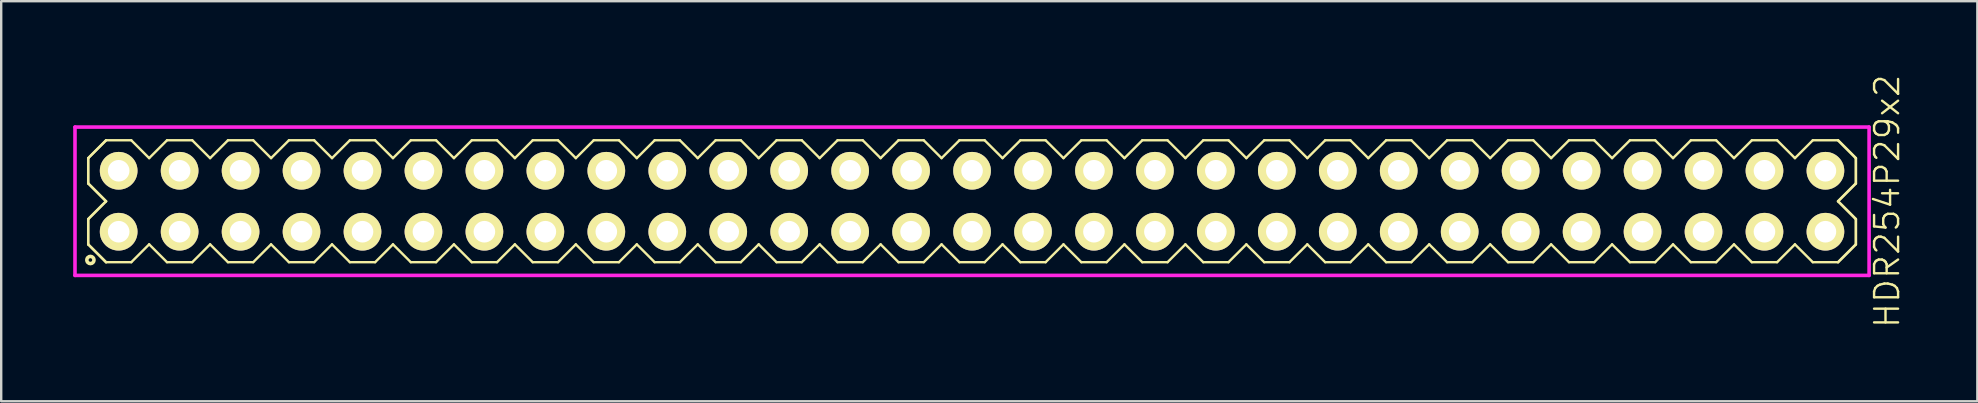
<source format=kicad_pcb>
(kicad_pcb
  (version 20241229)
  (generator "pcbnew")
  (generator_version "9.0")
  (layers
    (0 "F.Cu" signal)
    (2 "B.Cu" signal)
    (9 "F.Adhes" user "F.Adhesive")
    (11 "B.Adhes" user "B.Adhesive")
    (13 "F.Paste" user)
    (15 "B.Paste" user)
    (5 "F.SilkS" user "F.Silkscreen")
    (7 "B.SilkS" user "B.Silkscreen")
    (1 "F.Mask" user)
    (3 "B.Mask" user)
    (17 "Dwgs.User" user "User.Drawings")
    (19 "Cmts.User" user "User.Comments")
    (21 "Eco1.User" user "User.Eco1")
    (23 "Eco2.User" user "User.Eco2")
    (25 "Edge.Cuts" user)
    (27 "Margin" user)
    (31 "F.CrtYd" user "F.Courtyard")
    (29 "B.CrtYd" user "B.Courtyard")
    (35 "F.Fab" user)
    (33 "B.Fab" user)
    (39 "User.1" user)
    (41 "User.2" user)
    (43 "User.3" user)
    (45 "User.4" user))
  (footprint "HDR254P29x2"
    (layer "F.Cu")
    (at 37.455 5.336)
    (property "Reference" "HDR254P29x2" (at 38.13 0 90) (layer "F.SilkS") (effects (font (size 1 1) (thickness 0.1))))
    (attr through_hole)
    (fp_line (start -36.83 -1.796) (end -36.086 -2.54) (stroke (width 0.1) (type solid)) (layer "F.SilkS"))
    (fp_line (start -36.83 -1.796) (end -36.086 -2.54) (stroke (width 0.1) (type solid)) (layer "F.SilkS"))
    (fp_line (start -36.83 -0.744) (end -36.83 -1.796) (stroke (width 0.1) (type solid)) (layer "F.SilkS"))
    (fp_line (start -36.83 -0.744) (end -36.83 -1.796) (stroke (width 0.1) (type solid)) (layer "F.SilkS"))
    (fp_line (start -36.83 0.744) (end -36.086 0) (stroke (width 0.1) (type solid)) (layer "F.SilkS"))
    (fp_line (start -36.83 0.744) (end -36.086 0) (stroke (width 0.1) (type solid)) (layer "F.SilkS"))
    (fp_line (start -36.83 1.796) (end -36.83 0.744) (stroke (width 0.1) (type solid)) (layer "F.SilkS"))
    (fp_line (start -36.83 1.796) (end -36.83 0.744) (stroke (width 0.1) (type solid)) (layer "F.SilkS"))
    (fp_line (start -36.086 -2.54) (end -35.034 -2.54) (stroke (width 0.1) (type solid)) (layer "F.SilkS"))
    (fp_line (start -36.086 0) (end -36.83 -0.744) (stroke (width 0.1) (type solid)) (layer "F.SilkS"))
    (fp_line (start -36.086 0) (end -36.83 -0.744) (stroke (width 0.1) (type solid)) (layer "F.SilkS"))
    (fp_line (start -36.086 2.54) (end -36.83 1.796) (stroke (width 0.1) (type solid)) (layer "F.SilkS"))
    (fp_line (start -36.086 2.54) (end -36.83 1.796) (stroke (width 0.1) (type solid)) (layer "F.SilkS"))
    (fp_line (start -35.034 -2.54) (end -34.29 -1.796) (stroke (width 0.1) (type solid)) (layer "F.SilkS"))
    (fp_line (start -35.034 2.54) (end -36.086 2.54) (stroke (width 0.1) (type solid)) (layer "F.SilkS"))
    (fp_line (start -34.29 -1.796) (end -33.546 -2.54) (stroke (width 0.1) (type solid)) (layer "F.SilkS"))
    (fp_line (start -34.29 1.796) (end -35.034 2.54) (stroke (width 0.1) (type solid)) (layer "F.SilkS"))
    (fp_line (start -33.546 -2.54) (end -32.494 -2.54) (stroke (width 0.1) (type solid)) (layer "F.SilkS"))
    (fp_line (start -33.546 2.54) (end -34.29 1.796) (stroke (width 0.1) (type solid)) (layer "F.SilkS"))
    (fp_line (start -32.494 -2.54) (end -31.75 -1.796) (stroke (width 0.1) (type solid)) (layer "F.SilkS"))
    (fp_line (start -32.494 2.54) (end -33.546 2.54) (stroke (width 0.1) (type solid)) (layer "F.SilkS"))
    (fp_line (start -31.75 -1.796) (end -31.006 -2.54) (stroke (width 0.1) (type solid)) (layer "F.SilkS"))
    (fp_line (start -31.75 1.796) (end -32.494 2.54) (stroke (width 0.1) (type solid)) (layer "F.SilkS"))
    (fp_line (start -31.006 -2.54) (end -29.954 -2.54) (stroke (width 0.1) (type solid)) (layer "F.SilkS"))
    (fp_line (start -31.006 2.54) (end -31.75 1.796) (stroke (width 0.1) (type solid)) (layer "F.SilkS"))
    (fp_line (start -29.954 -2.54) (end -29.21 -1.796) (stroke (width 0.1) (type solid)) (layer "F.SilkS"))
    (fp_line (start -29.954 2.54) (end -31.006 2.54) (stroke (width 0.1) (type solid)) (layer "F.SilkS"))
    (fp_line (start -29.21 -1.796) (end -28.466 -2.54) (stroke (width 0.1) (type solid)) (layer "F.SilkS"))
    (fp_line (start -29.21 1.796) (end -29.954 2.54) (stroke (width 0.1) (type solid)) (layer "F.SilkS"))
    (fp_line (start -28.466 -2.54) (end -27.414 -2.54) (stroke (width 0.1) (type solid)) (layer "F.SilkS"))
    (fp_line (start -28.466 2.54) (end -29.21 1.796) (stroke (width 0.1) (type solid)) (layer "F.SilkS"))
    (fp_line (start -27.414 -2.54) (end -26.67 -1.796) (stroke (width 0.1) (type solid)) (layer "F.SilkS"))
    (fp_line (start -27.414 2.54) (end -28.466 2.54) (stroke (width 0.1) (type solid)) (layer "F.SilkS"))
    (fp_line (start -26.67 -1.796) (end -25.926 -2.54) (stroke (width 0.1) (type solid)) (layer "F.SilkS"))
    (fp_line (start -26.67 1.796) (end -27.414 2.54) (stroke (width 0.1) (type solid)) (layer "F.SilkS"))
    (fp_line (start -25.926 -2.54) (end -24.874 -2.54) (stroke (width 0.1) (type solid)) (layer "F.SilkS"))
    (fp_line (start -25.926 2.54) (end -26.67 1.796) (stroke (width 0.1) (type solid)) (layer "F.SilkS"))
    (fp_line (start -24.874 -2.54) (end -24.13 -1.796) (stroke (width 0.1) (type solid)) (layer "F.SilkS"))
    (fp_line (start -24.874 2.54) (end -25.926 2.54) (stroke (width 0.1) (type solid)) (layer "F.SilkS"))
    (fp_line (start -24.13 -1.796) (end -23.386 -2.54) (stroke (width 0.1) (type solid)) (layer "F.SilkS"))
    (fp_line (start -24.13 1.796) (end -24.874 2.54) (stroke (width 0.1) (type solid)) (layer "F.SilkS"))
    (fp_line (start -23.386 -2.54) (end -22.334 -2.54) (stroke (width 0.1) (type solid)) (layer "F.SilkS"))
    (fp_line (start -23.386 2.54) (end -24.13 1.796) (stroke (width 0.1) (type solid)) (layer "F.SilkS"))
    (fp_line (start -22.334 -2.54) (end -21.59 -1.796) (stroke (width 0.1) (type solid)) (layer "F.SilkS"))
    (fp_line (start -22.334 2.54) (end -23.386 2.54) (stroke (width 0.1) (type solid)) (layer "F.SilkS"))
    (fp_line (start -21.59 -1.796) (end -20.846 -2.54) (stroke (width 0.1) (type solid)) (layer "F.SilkS"))
    (fp_line (start -21.59 1.796) (end -22.334 2.54) (stroke (width 0.1) (type solid)) (layer "F.SilkS"))
    (fp_line (start -20.846 -2.54) (end -19.794 -2.54) (stroke (width 0.1) (type solid)) (layer "F.SilkS"))
    (fp_line (start -20.846 2.54) (end -21.59 1.796) (stroke (width 0.1) (type solid)) (layer "F.SilkS"))
    (fp_line (start -19.794 -2.54) (end -19.05 -1.796) (stroke (width 0.1) (type solid)) (layer "F.SilkS"))
    (fp_line (start -19.794 2.54) (end -20.846 2.54) (stroke (width 0.1) (type solid)) (layer "F.SilkS"))
    (fp_line (start -19.05 -1.796) (end -18.306 -2.54) (stroke (width 0.1) (type solid)) (layer "F.SilkS"))
    (fp_line (start -19.05 1.796) (end -19.794 2.54) (stroke (width 0.1) (type solid)) (layer "F.SilkS"))
    (fp_line (start -18.306 -2.54) (end -17.254 -2.54) (stroke (width 0.1) (type solid)) (layer "F.SilkS"))
    (fp_line (start -18.306 2.54) (end -19.05 1.796) (stroke (width 0.1) (type solid)) (layer "F.SilkS"))
    (fp_line (start -17.254 -2.54) (end -16.51 -1.796) (stroke (width 0.1) (type solid)) (layer "F.SilkS"))
    (fp_line (start -17.254 2.54) (end -18.306 2.54) (stroke (width 0.1) (type solid)) (layer "F.SilkS"))
    (fp_line (start -16.51 -1.796) (end -15.766 -2.54) (stroke (width 0.1) (type solid)) (layer "F.SilkS"))
    (fp_line (start -16.51 1.796) (end -17.254 2.54) (stroke (width 0.1) (type solid)) (layer "F.SilkS"))
    (fp_line (start -15.766 -2.54) (end -14.714 -2.54) (stroke (width 0.1) (type solid)) (layer "F.SilkS"))
    (fp_line (start -15.766 2.54) (end -16.51 1.796) (stroke (width 0.1) (type solid)) (layer "F.SilkS"))
    (fp_line (start -14.714 -2.54) (end -13.97 -1.796) (stroke (width 0.1) (type solid)) (layer "F.SilkS"))
    (fp_line (start -14.714 2.54) (end -15.766 2.54) (stroke (width 0.1) (type solid)) (layer "F.SilkS"))
    (fp_line (start -13.97 -1.796) (end -13.226 -2.54) (stroke (width 0.1) (type solid)) (layer "F.SilkS"))
    (fp_line (start -13.97 1.796) (end -14.714 2.54) (stroke (width 0.1) (type solid)) (layer "F.SilkS"))
    (fp_line (start -13.226 -2.54) (end -12.174 -2.54) (stroke (width 0.1) (type solid)) (layer "F.SilkS"))
    (fp_line (start -13.226 2.54) (end -13.97 1.796) (stroke (width 0.1) (type solid)) (layer "F.SilkS"))
    (fp_line (start -12.174 -2.54) (end -11.43 -1.796) (stroke (width 0.1) (type solid)) (layer "F.SilkS"))
    (fp_line (start -12.174 2.54) (end -13.226 2.54) (stroke (width 0.1) (type solid)) (layer "F.SilkS"))
    (fp_line (start -11.43 -1.796) (end -10.686 -2.54) (stroke (width 0.1) (type solid)) (layer "F.SilkS"))
    (fp_line (start -11.43 1.796) (end -12.174 2.54) (stroke (width 0.1) (type solid)) (layer "F.SilkS"))
    (fp_line (start -10.686 -2.54) (end -9.634 -2.54) (stroke (width 0.1) (type solid)) (layer "F.SilkS"))
    (fp_line (start -10.686 2.54) (end -11.43 1.796) (stroke (width 0.1) (type solid)) (layer "F.SilkS"))
    (fp_line (start -9.634 -2.54) (end -8.89 -1.796) (stroke (width 0.1) (type solid)) (layer "F.SilkS"))
    (fp_line (start -9.634 2.54) (end -10.686 2.54) (stroke (width 0.1) (type solid)) (layer "F.SilkS"))
    (fp_line (start -8.89 -1.796) (end -8.146 -2.54) (stroke (width 0.1) (type solid)) (layer "F.SilkS"))
    (fp_line (start -8.89 1.796) (end -9.634 2.54) (stroke (width 0.1) (type solid)) (layer "F.SilkS"))
    (fp_line (start -8.146 -2.54) (end -7.094 -2.54) (stroke (width 0.1) (type solid)) (layer "F.SilkS"))
    (fp_line (start -8.146 2.54) (end -8.89 1.796) (stroke (width 0.1) (type solid)) (layer "F.SilkS"))
    (fp_line (start -7.094 -2.54) (end -6.35 -1.796) (stroke (width 0.1) (type solid)) (layer "F.SilkS"))
    (fp_line (start -7.094 2.54) (end -8.146 2.54) (stroke (width 0.1) (type solid)) (layer "F.SilkS"))
    (fp_line (start -6.35 -1.796) (end -5.606 -2.54) (stroke (width 0.1) (type solid)) (layer "F.SilkS"))
    (fp_line (start -6.35 1.796) (end -7.094 2.54) (stroke (width 0.1) (type solid)) (layer "F.SilkS"))
    (fp_line (start -5.606 -2.54) (end -4.554 -2.54) (stroke (width 0.1) (type solid)) (layer "F.SilkS"))
    (fp_line (start -5.606 2.54) (end -6.35 1.796) (stroke (width 0.1) (type solid)) (layer "F.SilkS"))
    (fp_line (start -4.554 -2.54) (end -3.81 -1.796) (stroke (width 0.1) (type solid)) (layer "F.SilkS"))
    (fp_line (start -4.554 2.54) (end -5.606 2.54) (stroke (width 0.1) (type solid)) (layer "F.SilkS"))
    (fp_line (start -3.81 -1.796) (end -3.066 -2.54) (stroke (width 0.1) (type solid)) (layer "F.SilkS"))
    (fp_line (start -3.81 1.796) (end -4.554 2.54) (stroke (width 0.1) (type solid)) (layer "F.SilkS"))
    (fp_line (start -3.066 -2.54) (end -2.014 -2.54) (stroke (width 0.1) (type solid)) (layer "F.SilkS"))
    (fp_line (start -3.066 2.54) (end -3.81 1.796) (stroke (width 0.1) (type solid)) (layer "F.SilkS"))
    (fp_line (start -2.014 -2.54) (end -1.27 -1.796) (stroke (width 0.1) (type solid)) (layer "F.SilkS"))
    (fp_line (start -2.014 2.54) (end -3.066 2.54) (stroke (width 0.1) (type solid)) (layer "F.SilkS"))
    (fp_line (start -1.27 -1.796) (end -0.526 -2.54) (stroke (width 0.1) (type solid)) (layer "F.SilkS"))
    (fp_line (start -1.27 1.796) (end -2.014 2.54) (stroke (width 0.1) (type solid)) (layer "F.SilkS"))
    (fp_line (start -0.526 -2.54) (end 0.526 -2.54) (stroke (width 0.1) (type solid)) (layer "F.SilkS"))
    (fp_line (start -0.526 2.54) (end -1.27 1.796) (stroke (width 0.1) (type solid)) (layer "F.SilkS"))
    (fp_line (start 0.526 -2.54) (end 1.27 -1.796) (stroke (width 0.1) (type solid)) (layer "F.SilkS"))
    (fp_line (start 0.526 2.54) (end -0.526 2.54) (stroke (width 0.1) (type solid)) (layer "F.SilkS"))
    (fp_line (start 1.27 -1.796) (end 2.014 -2.54) (stroke (width 0.1) (type solid)) (layer "F.SilkS"))
    (fp_line (start 1.27 1.796) (end 0.526 2.54) (stroke (width 0.1) (type solid)) (layer "F.SilkS"))
    (fp_line (start 2.014 -2.54) (end 3.066 -2.54) (stroke (width 0.1) (type solid)) (layer "F.SilkS"))
    (fp_line (start 2.014 2.54) (end 1.27 1.796) (stroke (width 0.1) (type solid)) (layer "F.SilkS"))
    (fp_line (start 3.066 -2.54) (end 3.81 -1.796) (stroke (width 0.1) (type solid)) (layer "F.SilkS"))
    (fp_line (start 3.066 2.54) (end 2.014 2.54) (stroke (width 0.1) (type solid)) (layer "F.SilkS"))
    (fp_line (start 3.81 -1.796) (end 4.554 -2.54) (stroke (width 0.1) (type solid)) (layer "F.SilkS"))
    (fp_line (start 3.81 1.796) (end 3.066 2.54) (stroke (width 0.1) (type solid)) (layer "F.SilkS"))
    (fp_line (start 4.554 -2.54) (end 5.606 -2.54) (stroke (width 0.1) (type solid)) (layer "F.SilkS"))
    (fp_line (start 4.554 2.54) (end 3.81 1.796) (stroke (width 0.1) (type solid)) (layer "F.SilkS"))
    (fp_line (start 5.606 -2.54) (end 6.35 -1.796) (stroke (width 0.1) (type solid)) (layer "F.SilkS"))
    (fp_line (start 5.606 2.54) (end 4.554 2.54) (stroke (width 0.1) (type solid)) (layer "F.SilkS"))
    (fp_line (start 6.35 -1.796) (end 7.094 -2.54) (stroke (width 0.1) (type solid)) (layer "F.SilkS"))
    (fp_line (start 6.35 1.796) (end 5.606 2.54) (stroke (width 0.1) (type solid)) (layer "F.SilkS"))
    (fp_line (start 7.094 -2.54) (end 8.146 -2.54) (stroke (width 0.1) (type solid)) (layer "F.SilkS"))
    (fp_line (start 7.094 2.54) (end 6.35 1.796) (stroke (width 0.1) (type solid)) (layer "F.SilkS"))
    (fp_line (start 8.146 -2.54) (end 8.89 -1.796) (stroke (width 0.1) (type solid)) (layer "F.SilkS"))
    (fp_line (start 8.146 2.54) (end 7.094 2.54) (stroke (width 0.1) (type solid)) (layer "F.SilkS"))
    (fp_line (start 8.89 -1.796) (end 9.634 -2.54) (stroke (width 0.1) (type solid)) (layer "F.SilkS"))
    (fp_line (start 8.89 1.796) (end 8.146 2.54) (stroke (width 0.1) (type solid)) (layer "F.SilkS"))
    (fp_line (start 9.634 -2.54) (end 10.686 -2.54) (stroke (width 0.1) (type solid)) (layer "F.SilkS"))
    (fp_line (start 9.634 2.54) (end 8.89 1.796) (stroke (width 0.1) (type solid)) (layer "F.SilkS"))
    (fp_line (start 10.686 -2.54) (end 11.43 -1.796) (stroke (width 0.1) (type solid)) (layer "F.SilkS"))
    (fp_line (start 10.686 2.54) (end 9.634 2.54) (stroke (width 0.1) (type solid)) (layer "F.SilkS"))
    (fp_line (start 11.43 -1.796) (end 12.174 -2.54) (stroke (width 0.1) (type solid)) (layer "F.SilkS"))
    (fp_line (start 11.43 1.796) (end 10.686 2.54) (stroke (width 0.1) (type solid)) (layer "F.SilkS"))
    (fp_line (start 12.174 -2.54) (end 13.226 -2.54) (stroke (width 0.1) (type solid)) (layer "F.SilkS"))
    (fp_line (start 12.174 2.54) (end 11.43 1.796) (stroke (width 0.1) (type solid)) (layer "F.SilkS"))
    (fp_line (start 13.226 -2.54) (end 13.97 -1.796) (stroke (width 0.1) (type solid)) (layer "F.SilkS"))
    (fp_line (start 13.226 2.54) (end 12.174 2.54) (stroke (width 0.1) (type solid)) (layer "F.SilkS"))
    (fp_line (start 13.97 -1.796) (end 14.714 -2.54) (stroke (width 0.1) (type solid)) (layer "F.SilkS"))
    (fp_line (start 13.97 1.796) (end 13.226 2.54) (stroke (width 0.1) (type solid)) (layer "F.SilkS"))
    (fp_line (start 14.714 -2.54) (end 15.766 -2.54) (stroke (width 0.1) (type solid)) (layer "F.SilkS"))
    (fp_line (start 14.714 2.54) (end 13.97 1.796) (stroke (width 0.1) (type solid)) (layer "F.SilkS"))
    (fp_line (start 15.766 -2.54) (end 16.51 -1.796) (stroke (width 0.1) (type solid)) (layer "F.SilkS"))
    (fp_line (start 15.766 2.54) (end 14.714 2.54) (stroke (width 0.1) (type solid)) (layer "F.SilkS"))
    (fp_line (start 16.51 -1.796) (end 17.254 -2.54) (stroke (width 0.1) (type solid)) (layer "F.SilkS"))
    (fp_line (start 16.51 1.796) (end 15.766 2.54) (stroke (width 0.1) (type solid)) (layer "F.SilkS"))
    (fp_line (start 17.254 -2.54) (end 18.306 -2.54) (stroke (width 0.1) (type solid)) (layer "F.SilkS"))
    (fp_line (start 17.254 2.54) (end 16.51 1.796) (stroke (width 0.1) (type solid)) (layer "F.SilkS"))
    (fp_line (start 18.306 -2.54) (end 19.05 -1.796) (stroke (width 0.1) (type solid)) (layer "F.SilkS"))
    (fp_line (start 18.306 2.54) (end 17.254 2.54) (stroke (width 0.1) (type solid)) (layer "F.SilkS"))
    (fp_line (start 19.05 -1.796) (end 19.794 -2.54) (stroke (width 0.1) (type solid)) (layer "F.SilkS"))
    (fp_line (start 19.05 1.796) (end 18.306 2.54) (stroke (width 0.1) (type solid)) (layer "F.SilkS"))
    (fp_line (start 19.794 -2.54) (end 20.846 -2.54) (stroke (width 0.1) (type solid)) (layer "F.SilkS"))
    (fp_line (start 19.794 2.54) (end 19.05 1.796) (stroke (width 0.1) (type solid)) (layer "F.SilkS"))
    (fp_line (start 20.846 -2.54) (end 21.59 -1.796) (stroke (width 0.1) (type solid)) (layer "F.SilkS"))
    (fp_line (start 20.846 2.54) (end 19.794 2.54) (stroke (width 0.1) (type solid)) (layer "F.SilkS"))
    (fp_line (start 21.59 -1.796) (end 22.334 -2.54) (stroke (width 0.1) (type solid)) (layer "F.SilkS"))
    (fp_line (start 21.59 1.796) (end 20.846 2.54) (stroke (width 0.1) (type solid)) (layer "F.SilkS"))
    (fp_line (start 22.334 -2.54) (end 23.386 -2.54) (stroke (width 0.1) (type solid)) (layer "F.SilkS"))
    (fp_line (start 22.334 2.54) (end 21.59 1.796) (stroke (width 0.1) (type solid)) (layer "F.SilkS"))
    (fp_line (start 23.386 -2.54) (end 24.13 -1.796) (stroke (width 0.1) (type solid)) (layer "F.SilkS"))
    (fp_line (start 23.386 2.54) (end 22.334 2.54) (stroke (width 0.1) (type solid)) (layer "F.SilkS"))
    (fp_line (start 24.13 -1.796) (end 24.874 -2.54) (stroke (width 0.1) (type solid)) (layer "F.SilkS"))
    (fp_line (start 24.13 1.796) (end 23.386 2.54) (stroke (width 0.1) (type solid)) (layer "F.SilkS"))
    (fp_line (start 24.874 -2.54) (end 25.926 -2.54) (stroke (width 0.1) (type solid)) (layer "F.SilkS"))
    (fp_line (start 24.874 2.54) (end 24.13 1.796) (stroke (width 0.1) (type solid)) (layer "F.SilkS"))
    (fp_line (start 25.926 -2.54) (end 26.67 -1.796) (stroke (width 0.1) (type solid)) (layer "F.SilkS"))
    (fp_line (start 25.926 2.54) (end 24.874 2.54) (stroke (width 0.1) (type solid)) (layer "F.SilkS"))
    (fp_line (start 26.67 -1.796) (end 27.414 -2.54) (stroke (width 0.1) (type solid)) (layer "F.SilkS"))
    (fp_line (start 26.67 1.796) (end 25.926 2.54) (stroke (width 0.1) (type solid)) (layer "F.SilkS"))
    (fp_line (start 27.414 -2.54) (end 28.466 -2.54) (stroke (width 0.1) (type solid)) (layer "F.SilkS"))
    (fp_line (start 27.414 2.54) (end 26.67 1.796) (stroke (width 0.1) (type solid)) (layer "F.SilkS"))
    (fp_line (start 28.466 -2.54) (end 29.21 -1.796) (stroke (width 0.1) (type solid)) (layer "F.SilkS"))
    (fp_line (start 28.466 2.54) (end 27.414 2.54) (stroke (width 0.1) (type solid)) (layer "F.SilkS"))
    (fp_line (start 29.21 -1.796) (end 29.954 -2.54) (stroke (width 0.1) (type solid)) (layer "F.SilkS"))
    (fp_line (start 29.21 1.796) (end 28.466 2.54) (stroke (width 0.1) (type solid)) (layer "F.SilkS"))
    (fp_line (start 29.954 -2.54) (end 31.006 -2.54) (stroke (width 0.1) (type solid)) (layer "F.SilkS"))
    (fp_line (start 29.954 2.54) (end 29.21 1.796) (stroke (width 0.1) (type solid)) (layer "F.SilkS"))
    (fp_line (start 31.006 -2.54) (end 31.75 -1.796) (stroke (width 0.1) (type solid)) (layer "F.SilkS"))
    (fp_line (start 31.006 2.54) (end 29.954 2.54) (stroke (width 0.1) (type solid)) (layer "F.SilkS"))
    (fp_line (start 31.75 -1.796) (end 32.494 -2.54) (stroke (width 0.1) (type solid)) (layer "F.SilkS"))
    (fp_line (start 31.75 1.796) (end 31.006 2.54) (stroke (width 0.1) (type solid)) (layer "F.SilkS"))
    (fp_line (start 32.494 -2.54) (end 33.546 -2.54) (stroke (width 0.1) (type solid)) (layer "F.SilkS"))
    (fp_line (start 32.494 2.54) (end 31.75 1.796) (stroke (width 0.1) (type solid)) (layer "F.SilkS"))
    (fp_line (start 33.546 -2.54) (end 34.29 -1.796) (stroke (width 0.1) (type solid)) (layer "F.SilkS"))
    (fp_line (start 33.546 2.54) (end 32.494 2.54) (stroke (width 0.1) (type solid)) (layer "F.SilkS"))
    (fp_line (start 34.29 -1.796) (end 35.034 -2.54) (stroke (width 0.1) (type solid)) (layer "F.SilkS"))
    (fp_line (start 34.29 1.796) (end 33.546 2.54) (stroke (width 0.1) (type solid)) (layer "F.SilkS"))
    (fp_line (start 35.034 -2.54) (end 36.086 -2.54) (stroke (width 0.1) (type solid)) (layer "F.SilkS"))
    (fp_line (start 35.034 2.54) (end 34.29 1.796) (stroke (width 0.1) (type solid)) (layer "F.SilkS"))
    (fp_line (start 36.086 -2.54) (end 36.83 -1.796) (stroke (width 0.1) (type solid)) (layer "F.SilkS"))
    (fp_line (start 36.086 -2.54) (end 36.83 -1.796) (stroke (width 0.1) (type solid)) (layer "F.SilkS"))
    (fp_line (start 36.086 0) (end 36.83 0.744) (stroke (width 0.1) (type solid)) (layer "F.SilkS"))
    (fp_line (start 36.086 0) (end 36.83 0.744) (stroke (width 0.1) (type solid)) (layer "F.SilkS"))
    (fp_line (start 36.086 2.54) (end 35.034 2.54) (stroke (width 0.1) (type solid)) (layer "F.SilkS"))
    (fp_line (start 36.83 -1.796) (end 36.83 -0.744) (stroke (width 0.1) (type solid)) (layer "F.SilkS"))
    (fp_line (start 36.83 -1.796) (end 36.83 -0.744) (stroke (width 0.1) (type solid)) (layer "F.SilkS"))
    (fp_line (start 36.83 -0.744) (end 36.086 0) (stroke (width 0.1) (type solid)) (layer "F.SilkS"))
    (fp_line (start 36.83 -0.744) (end 36.086 0) (stroke (width 0.1) (type solid)) (layer "F.SilkS"))
    (fp_line (start 36.83 0.744) (end 36.83 1.796) (stroke (width 0.1) (type solid)) (layer "F.SilkS"))
    (fp_line (start 36.83 0.744) (end 36.83 1.796) (stroke (width 0.1) (type solid)) (layer "F.SilkS"))
    (fp_line (start 36.83 1.796) (end 36.086 2.54) (stroke (width 0.1) (type solid)) (layer "F.SilkS"))
    (fp_line (start 36.83 1.796) (end 36.086 2.54) (stroke (width 0.1) (type solid)) (layer "F.SilkS"))
    (fp_circle (center -36.738 2.448) (end -36.588 2.448) (stroke (width 0.15) (type solid)) (fill no) (layer "F.SilkS"))
    (fp_line (start -37.38 -3.09) (end -37.38 3.09) (stroke (width 0.15) (type solid)) (layer "F.CrtYd"))
    (fp_line (start -37.38 3.09) (end 37.38 3.09) (stroke (width 0.15) (type solid)) (layer "F.CrtYd"))
    (fp_line (start 37.38 -3.09) (end -37.38 -3.09) (stroke (width 0.15) (type solid)) (layer "F.CrtYd"))
    (fp_line (start 37.38 3.09) (end 37.38 -3.09) (stroke (width 0.15) (type solid)) (layer "F.CrtYd"))
    (pad "1" thru_hole oval (at -35.56 1.27) (size 1.57 1.57) (drill 0.9) (layers "*.Cu" "*.Mask" "F.SilkS"))
    (pad "2" thru_hole oval (at -35.56 -1.27) (size 1.57 1.57) (drill 0.9) (layers "*.Cu" "*.Mask" "F.SilkS"))
    (pad "3" thru_hole oval (at -33.02 1.27) (size 1.57 1.57) (drill 0.9) (layers "*.Cu" "*.Mask" "F.SilkS"))
    (pad "4" thru_hole oval (at -33.02 -1.27) (size 1.57 1.57) (drill 0.9) (layers "*.Cu" "*.Mask" "F.SilkS"))
    (pad "5" thru_hole oval (at -30.48 1.27) (size 1.57 1.57) (drill 0.9) (layers "*.Cu" "*.Mask" "F.SilkS"))
    (pad "6" thru_hole oval (at -30.48 -1.27) (size 1.57 1.57) (drill 0.9) (layers "*.Cu" "*.Mask" "F.SilkS"))
    (pad "7" thru_hole oval (at -27.94 1.27) (size 1.57 1.57) (drill 0.9) (layers "*.Cu" "*.Mask" "F.SilkS"))
    (pad "8" thru_hole oval (at -27.94 -1.27) (size 1.57 1.57) (drill 0.9) (layers "*.Cu" "*.Mask" "F.SilkS"))
    (pad "9" thru_hole oval (at -25.4 1.27) (size 1.57 1.57) (drill 0.9) (layers "*.Cu" "*.Mask" "F.SilkS"))
    (pad "10" thru_hole oval (at -25.4 -1.27) (size 1.57 1.57) (drill 0.9) (layers "*.Cu" "*.Mask" "F.SilkS"))
    (pad "11" thru_hole oval (at -22.86 1.27) (size 1.57 1.57) (drill 0.9) (layers "*.Cu" "*.Mask" "F.SilkS"))
    (pad "12" thru_hole oval (at -22.86 -1.27) (size 1.57 1.57) (drill 0.9) (layers "*.Cu" "*.Mask" "F.SilkS"))
    (pad "13" thru_hole oval (at -20.32 1.27) (size 1.57 1.57) (drill 0.9) (layers "*.Cu" "*.Mask" "F.SilkS"))
    (pad "14" thru_hole oval (at -20.32 -1.27) (size 1.57 1.57) (drill 0.9) (layers "*.Cu" "*.Mask" "F.SilkS"))
    (pad "15" thru_hole oval (at -17.78 1.27) (size 1.57 1.57) (drill 0.9) (layers "*.Cu" "*.Mask" "F.SilkS"))
    (pad "16" thru_hole oval (at -17.78 -1.27) (size 1.57 1.57) (drill 0.9) (layers "*.Cu" "*.Mask" "F.SilkS"))
    (pad "17" thru_hole oval (at -15.24 1.27) (size 1.57 1.57) (drill 0.9) (layers "*.Cu" "*.Mask" "F.SilkS"))
    (pad "18" thru_hole oval (at -15.24 -1.27) (size 1.57 1.57) (drill 0.9) (layers "*.Cu" "*.Mask" "F.SilkS"))
    (pad "19" thru_hole oval (at -12.7 1.27) (size 1.57 1.57) (drill 0.9) (layers "*.Cu" "*.Mask" "F.SilkS"))
    (pad "20" thru_hole oval (at -12.7 -1.27) (size 1.57 1.57) (drill 0.9) (layers "*.Cu" "*.Mask" "F.SilkS"))
    (pad "21" thru_hole oval (at -10.16 1.27) (size 1.57 1.57) (drill 0.9) (layers "*.Cu" "*.Mask" "F.SilkS"))
    (pad "22" thru_hole oval (at -10.16 -1.27) (size 1.57 1.57) (drill 0.9) (layers "*.Cu" "*.Mask" "F.SilkS"))
    (pad "23" thru_hole oval (at -7.62 1.27) (size 1.57 1.57) (drill 0.9) (layers "*.Cu" "*.Mask" "F.SilkS"))
    (pad "24" thru_hole oval (at -7.62 -1.27) (size 1.57 1.57) (drill 0.9) (layers "*.Cu" "*.Mask" "F.SilkS"))
    (pad "25" thru_hole oval (at -5.08 1.27) (size 1.57 1.57) (drill 0.9) (layers "*.Cu" "*.Mask" "F.SilkS"))
    (pad "26" thru_hole oval (at -5.08 -1.27) (size 1.57 1.57) (drill 0.9) (layers "*.Cu" "*.Mask" "F.SilkS"))
    (pad "27" thru_hole oval (at -2.54 1.27) (size 1.57 1.57) (drill 0.9) (layers "*.Cu" "*.Mask" "F.SilkS"))
    (pad "28" thru_hole oval (at -2.54 -1.27) (size 1.57 1.57) (drill 0.9) (layers "*.Cu" "*.Mask" "F.SilkS"))
    (pad "29" thru_hole oval (at 0 1.27) (size 1.57 1.57) (drill 0.9) (layers "*.Cu" "*.Mask" "F.SilkS"))
    (pad "30" thru_hole oval (at 0 -1.27) (size 1.57 1.57) (drill 0.9) (layers "*.Cu" "*.Mask" "F.SilkS"))
    (pad "31" thru_hole oval (at 2.54 1.27) (size 1.57 1.57) (drill 0.9) (layers "*.Cu" "*.Mask" "F.SilkS"))
    (pad "32" thru_hole oval (at 2.54 -1.27) (size 1.57 1.57) (drill 0.9) (layers "*.Cu" "*.Mask" "F.SilkS"))
    (pad "33" thru_hole oval (at 5.08 1.27) (size 1.57 1.57) (drill 0.9) (layers "*.Cu" "*.Mask" "F.SilkS"))
    (pad "34" thru_hole oval (at 5.08 -1.27) (size 1.57 1.57) (drill 0.9) (layers "*.Cu" "*.Mask" "F.SilkS"))
    (pad "35" thru_hole oval (at 7.62 1.27) (size 1.57 1.57) (drill 0.9) (layers "*.Cu" "*.Mask" "F.SilkS"))
    (pad "36" thru_hole oval (at 7.62 -1.27) (size 1.57 1.57) (drill 0.9) (layers "*.Cu" "*.Mask" "F.SilkS"))
    (pad "37" thru_hole oval (at 10.16 1.27) (size 1.57 1.57) (drill 0.9) (layers "*.Cu" "*.Mask" "F.SilkS"))
    (pad "38" thru_hole oval (at 10.16 -1.27) (size 1.57 1.57) (drill 0.9) (layers "*.Cu" "*.Mask" "F.SilkS"))
    (pad "39" thru_hole oval (at 12.7 1.27) (size 1.57 1.57) (drill 0.9) (layers "*.Cu" "*.Mask" "F.SilkS"))
    (pad "40" thru_hole oval (at 12.7 -1.27) (size 1.57 1.57) (drill 0.9) (layers "*.Cu" "*.Mask" "F.SilkS"))
    (pad "41" thru_hole oval (at 15.24 1.27) (size 1.57 1.57) (drill 0.9) (layers "*.Cu" "*.Mask" "F.SilkS"))
    (pad "42" thru_hole oval (at 15.24 -1.27) (size 1.57 1.57) (drill 0.9) (layers "*.Cu" "*.Mask" "F.SilkS"))
    (pad "43" thru_hole oval (at 17.78 1.27) (size 1.57 1.57) (drill 0.9) (layers "*.Cu" "*.Mask" "F.SilkS"))
    (pad "44" thru_hole oval (at 17.78 -1.27) (size 1.57 1.57) (drill 0.9) (layers "*.Cu" "*.Mask" "F.SilkS"))
    (pad "45" thru_hole oval (at 20.32 1.27) (size 1.57 1.57) (drill 0.9) (layers "*.Cu" "*.Mask" "F.SilkS"))
    (pad "46" thru_hole oval (at 20.32 -1.27) (size 1.57 1.57) (drill 0.9) (layers "*.Cu" "*.Mask" "F.SilkS"))
    (pad "47" thru_hole oval (at 22.86 1.27) (size 1.57 1.57) (drill 0.9) (layers "*.Cu" "*.Mask" "F.SilkS"))
    (pad "48" thru_hole oval (at 22.86 -1.27) (size 1.57 1.57) (drill 0.9) (layers "*.Cu" "*.Mask" "F.SilkS"))
    (pad "49" thru_hole oval (at 25.4 1.27) (size 1.57 1.57) (drill 0.9) (layers "*.Cu" "*.Mask" "F.SilkS"))
    (pad "50" thru_hole oval (at 25.4 -1.27) (size 1.57 1.57) (drill 0.9) (layers "*.Cu" "*.Mask" "F.SilkS"))
    (pad "51" thru_hole oval (at 27.94 1.27) (size 1.57 1.57) (drill 0.9) (layers "*.Cu" "*.Mask" "F.SilkS"))
    (pad "52" thru_hole oval (at 27.94 -1.27) (size 1.57 1.57) (drill 0.9) (layers "*.Cu" "*.Mask" "F.SilkS"))
    (pad "53" thru_hole oval (at 30.48 1.27) (size 1.57 1.57) (drill 0.9) (layers "*.Cu" "*.Mask" "F.SilkS"))
    (pad "54" thru_hole oval (at 30.48 -1.27) (size 1.57 1.57) (drill 0.9) (layers "*.Cu" "*.Mask" "F.SilkS"))
    (pad "55" thru_hole oval (at 33.02 1.27) (size 1.57 1.57) (drill 0.9) (layers "*.Cu" "*.Mask" "F.SilkS"))
    (pad "56" thru_hole oval (at 33.02 -1.27) (size 1.57 1.57) (drill 0.9) (layers "*.Cu" "*.Mask" "F.SilkS"))
    (pad "57" thru_hole oval (at 35.56 1.27) (size 1.57 1.57) (drill 0.9) (layers "*.Cu" "*.Mask" "F.SilkS"))
    (pad "58" thru_hole oval (at 35.56 -1.27) (size 1.57 1.57) (drill 0.9) (layers "*.Cu" "*.Mask" "F.SilkS")))
  (gr_rect
    (start -3 -3)
    (end 79.346 13.671)
    (stroke (width 0.1) (type default))
    (fill no)
    (layer "Edge.Cuts")))
</source>
